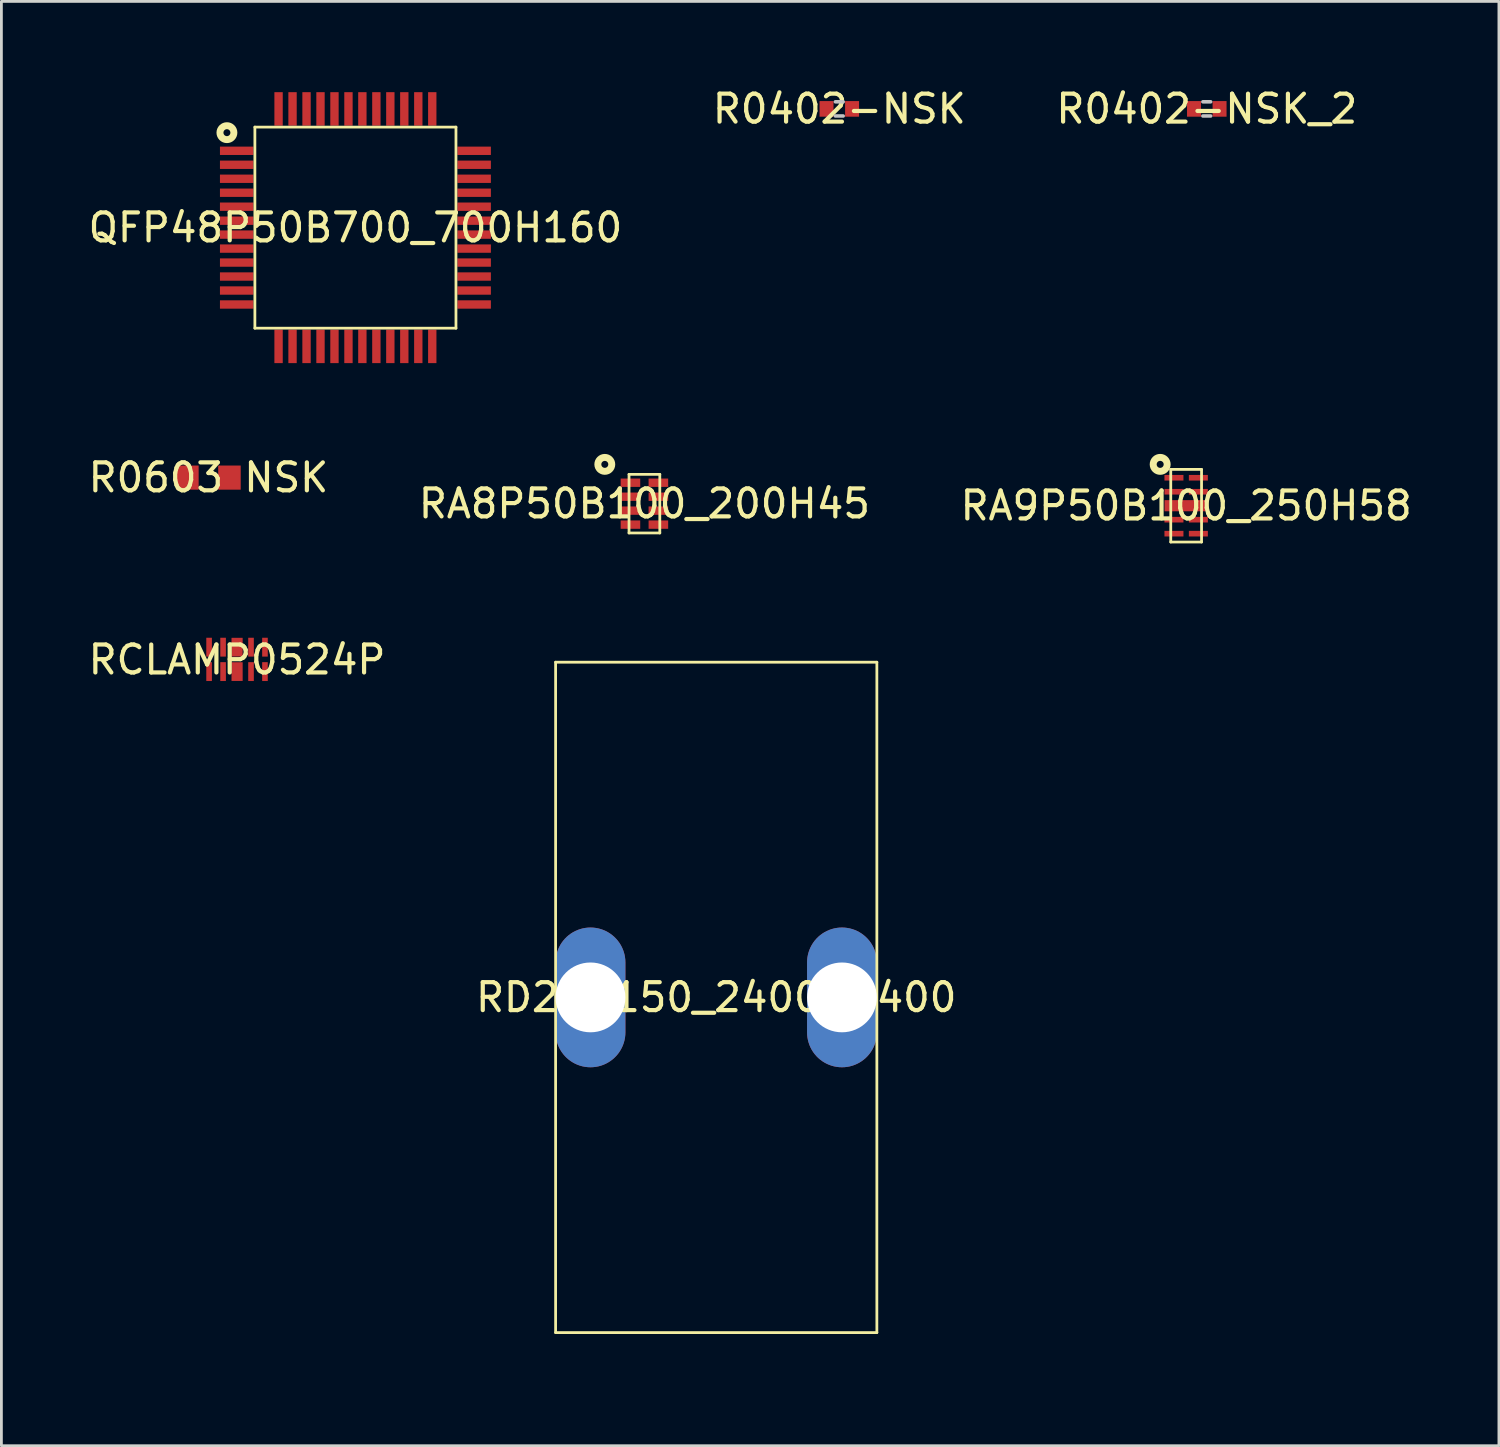
<source format=kicad_pcb>
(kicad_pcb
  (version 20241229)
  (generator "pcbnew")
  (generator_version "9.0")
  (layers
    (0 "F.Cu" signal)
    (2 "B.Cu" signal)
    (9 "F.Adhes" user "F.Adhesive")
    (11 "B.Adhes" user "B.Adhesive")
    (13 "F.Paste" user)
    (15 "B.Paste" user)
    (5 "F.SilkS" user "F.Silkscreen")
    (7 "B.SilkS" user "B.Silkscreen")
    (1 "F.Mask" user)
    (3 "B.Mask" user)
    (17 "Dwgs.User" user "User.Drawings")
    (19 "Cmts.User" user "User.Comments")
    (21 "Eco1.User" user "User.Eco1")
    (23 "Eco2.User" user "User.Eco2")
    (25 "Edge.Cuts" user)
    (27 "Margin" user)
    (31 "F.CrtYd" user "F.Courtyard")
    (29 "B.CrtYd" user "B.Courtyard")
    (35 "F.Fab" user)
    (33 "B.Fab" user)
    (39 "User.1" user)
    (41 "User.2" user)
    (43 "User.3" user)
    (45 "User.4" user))
  (footprint "R0402-NSK"
    (layer "F.Cu")
    (at 26.994 0.848)
    (property "Reference" "R0402-NSK" (at 0 0 0) (layer "F.SilkS") (effects (font (size 1 1) (thickness 0.15))))
    (fp_line (start -0.14 -0.254) (end 0.14 -0.254) (stroke (width 0.127) (type default)) (layer "Dwgs.User"))
    (fp_line (start -0.14 0.254) (end 0.14 0.254) (stroke (width 0.127) (type default)) (layer "Dwgs.User"))
    (pad "1" smd rect (at -0.457 0) (size 0.5 0.559) (layers "F.Cu" "F.Mask" "F.Paste"))
    (pad "2" smd rect (at 0.458 0) (size 0.5 0.559) (layers "F.Cu" "F.Mask" "F.Paste")))
  (footprint "RD2B1150_2400H2400"
    (layer "F.Cu")
    (at 22.589 32.654)
    (property "Reference" "RD2B1150_2400H2400" (at 0 0 0) (layer "F.SilkS") (effects (font (size 1 1) (thickness 0.15))))
    (fp_line (start -5.75 -11.999) (end 5.75 -11.999) (stroke (width 0.099) (type default)) (layer "F.SilkS"))
    (fp_line (start -5.75 11.999) (end -5.75 -11.999) (stroke (width 0.099) (type default)) (layer "F.SilkS"))
    (fp_line (start -5.75 11.999) (end 5.75 11.999) (stroke (width 0.099) (type default)) (layer "F.SilkS"))
    (fp_line (start 5.75 11.999) (end 5.75 -11.999) (stroke (width 0.099) (type default)) (layer "F.SilkS"))
    (fp_line (start -6.749 -12.999) (end 6.749 -12.999) (stroke (width 0.025) (type default)) (layer "User.1"))
    (fp_line (start -6.749 12.999) (end -6.749 -12.999) (stroke (width 0.025) (type default)) (layer "User.1"))
    (fp_line (start -6.749 12.999) (end 6.749 12.999) (stroke (width 0.025) (type default)) (layer "User.1"))
    (fp_line (start 6.749 12.999) (end 6.749 -12.999) (stroke (width 0.025) (type default)) (layer "User.1"))
    (fp_poly (pts (xy -6.749 -3.5) (xy -6.749 3.5) (xy -2.24 3.5) (xy -2.24 -3.5)) (stroke (width 0.1) (type default)) (fill no) (layer "User.1"))
    (fp_poly (pts (xy -6.749 -3.5) (xy -6.749 3.5) (xy -2.24 3.5) (xy -2.24 -3.5)) (stroke (width 0.1) (type default)) (fill no) (layer "User.1"))
    (fp_poly (pts (xy -5.75 -11.999) (xy -5.75 11.999) (xy 5.75 11.999) (xy 5.75 -11.999)) (stroke (width 0.1) (type default)) (fill no) (layer "User.1"))
    (fp_poly (pts (xy -5.75 -11.999) (xy -5.75 11.999) (xy 5.75 11.999) (xy 5.75 -11.999)) (stroke (width 0.1) (type default)) (fill no) (layer "User.1"))
    (fp_poly (pts (xy 2.251 3.5) (xy 2.251 -3.5) (xy 6.749 -3.5) (xy 6.749 3.5)) (stroke (width 0.1) (type default)) (fill no) (layer "User.1"))
    (fp_poly (pts (xy 2.251 3.5) (xy 2.251 -3.5) (xy 6.749 -3.5) (xy 6.749 3.5)) (stroke (width 0.1) (type default)) (fill no) (layer "User.1"))
    (fp_poly (pts (xy -5.7 -12.999) (xy 6.749 -12.999) (xy 6.749 12.999) (xy -6.749 12.999) (xy -6.749 -12.999) (xy -5.75 -12.999) (xy -5.75 11.999) (xy 5.75 11.999) (xy 5.75 -11.999) (xy -5.7 -11.999)) (stroke (width 0.1) (type default)) (fill no) (layer "User.1"))
    (fp_poly (pts (xy -5.7 -12.999) (xy 6.749 -12.999) (xy 6.749 12.999) (xy -6.749 12.999) (xy -6.749 -12.999) (xy -5.75 -12.999) (xy -5.75 11.999) (xy 5.75 11.999) (xy 5.75 -11.999) (xy -5.7 -11.999)) (stroke (width 0.1) (type default)) (fill no) (layer "User.1"))
    (pad "1" thru_hole oval (at -4.501 0) (size 2.499 5.002) (drill oval 2.499) (layers "*.Cu" "*.Mask"))
    (pad "2" thru_hole oval (at 4.501 0) (size 2.499 5.002) (drill oval 2.499) (layers "*.Cu" "*.Mask")))
  (footprint "RA8P50B100_200H45"
    (layer "F.Cu")
    (at 20.018 14.98)
    (property "Reference" "RA8P50B100_200H45" (at 0 0 0) (layer "F.SilkS") (effects (font (size 1 1) (thickness 0.15))))
    (fp_line (start -0.551 -1.049) (end 0.551 -1.049) (stroke (width 0.099) (type default)) (layer "F.SilkS"))
    (fp_line (start -0.551 1.049) (end -0.551 -1.049) (stroke (width 0.099) (type default)) (layer "F.SilkS"))
    (fp_line (start -0.551 1.049) (end 0.551 1.049) (stroke (width 0.099) (type default)) (layer "F.SilkS"))
    (fp_line (start 0.551 1.049) (end 0.551 -1.049) (stroke (width 0.099) (type default)) (layer "F.SilkS"))
    (fp_circle (center -1.418 -1.407) (end -1.169 -1.407) (stroke (width 0.249) (type default)) (fill no) (layer "F.SilkS"))
    (fp_line (start -1.1 -1.3) (end 1.1 -1.3) (stroke (width 0.025) (type default)) (layer "User.1"))
    (fp_line (start -1.1 1.3) (end -1.1 -1.3) (stroke (width 0.025) (type default)) (layer "User.1"))
    (fp_line (start -1.1 1.3) (end 1.1 1.3) (stroke (width 0.025) (type default)) (layer "User.1"))
    (fp_line (start 1.1 1.3) (end 1.1 -1.3) (stroke (width 0.025) (type default)) (layer "User.1"))
    (fp_poly (pts (xy -0.551 -1.049) (xy -0.551 1.052) (xy 0.548 1.052) (xy 0.548 -1.049)) (stroke (width 0.1) (type default)) (fill no) (layer "User.1"))
    (fp_poly (pts (xy -0.551 -1.049) (xy -0.551 1.052) (xy 0.548 1.052) (xy 0.548 -1.049)) (stroke (width 0.1) (type default)) (fill no) (layer "User.1"))
    (fp_poly (pts (xy -1.1 -1.3) (xy -1.1 -1.069) (xy 0.559 -1.069) (xy 0.559 1.059) (xy -0.569 1.059) (xy -0.569 -1.049) (xy -1.1 -1.049) (xy -1.1 1.3) (xy 1.1 1.3) (xy 1.1 -1.3)) (stroke (width 0.1) (type default)) (fill no) (layer "User.1"))
    (fp_poly (pts (xy -1.1 -1.3) (xy -1.1 -1.069) (xy 0.559 -1.069) (xy 0.559 1.059) (xy -0.569 1.059) (xy -0.569 -1.049) (xy -1.1 -1.049) (xy -1.1 1.3) (xy 1.1 1.3) (xy 1.1 -1.3)) (stroke (width 0.1) (type default)) (fill no) (layer "User.1"))
    (pad "1" smd rect (at -0.5 -0.75) (size 0.701 0.299) (layers "F.Cu" "F.Mask" "F.Paste"))
    (pad "2" smd rect (at -0.5 -0.249) (size 0.701 0.299) (layers "F.Cu" "F.Mask" "F.Paste"))
    (pad "3" smd rect (at -0.5 0.249) (size 0.701 0.299) (layers "F.Cu" "F.Mask" "F.Paste"))
    (pad "4" smd rect (at -0.5 0.75) (size 0.701 0.299) (layers "F.Cu" "F.Mask" "F.Paste"))
    (pad "5" smd rect (at 0.5 0.75) (size 0.701 0.299) (layers "F.Cu" "F.Mask" "F.Paste"))
    (pad "6" smd rect (at 0.5 0.249) (size 0.701 0.299) (layers "F.Cu" "F.Mask" "F.Paste"))
    (pad "7" smd rect (at 0.5 -0.249) (size 0.701 0.299) (layers "F.Cu" "F.Mask" "F.Paste"))
    (pad "8" smd rect (at 0.5 -0.75) (size 0.701 0.299) (layers "F.Cu" "F.Mask" "F.Paste")))
  (footprint "QFP48P50B700_700H160"
    (layer "F.Cu")
    (at 9.673 5.099)
    (property "Reference" "QFP48P50B700_700H160" (at 0 0 0) (layer "F.SilkS") (effects (font (size 1 1) (thickness 0.15))))
    (fp_line (start -3.599 3.599) (end -3.599 -3.599) (stroke (width 0.099) (type default)) (layer "F.SilkS"))
    (fp_line (start 3.599 -3.599) (end -3.599 -3.599) (stroke (width 0.099) (type default)) (layer "F.SilkS"))
    (fp_line (start 3.599 3.599) (end -3.599 3.599) (stroke (width 0.099) (type default)) (layer "F.SilkS"))
    (fp_line (start 3.599 3.599) (end 3.599 -3.599) (stroke (width 0.099) (type default)) (layer "F.SilkS"))
    (fp_circle (center -4.6 -3.4) (end -4.351 -3.4) (stroke (width 0.249) (type default)) (fill no) (layer "F.SilkS"))
    (fp_line (start -5.05 5.05) (end -5.05 -5.05) (stroke (width 0.025) (type default)) (layer "User.1"))
    (fp_line (start 5.05 -5.05) (end -5.05 -5.05) (stroke (width 0.025) (type default)) (layer "User.1"))
    (fp_line (start 5.05 5.05) (end -5.05 5.05) (stroke (width 0.025) (type default)) (layer "User.1"))
    (fp_line (start 5.05 5.05) (end 5.05 -5.05) (stroke (width 0.025) (type default)) (layer "User.1"))
    (fp_poly (pts (xy 3.599 3.599) (xy 3.599 -3.599) (xy -3.599 -3.599) (xy -3.599 3.599)) (stroke (width 0.1) (type default)) (fill no) (layer "User.1"))
    (fp_poly (pts (xy 3.599 3.599) (xy 3.599 -3.599) (xy -3.599 -3.599) (xy -3.599 3.599)) (stroke (width 0.1) (type default)) (fill no) (layer "User.1"))
    (fp_poly (pts (xy -5.05 -5.05) (xy 5.05 -5.05) (xy 5.05 5.05) (xy 3.599 5.05) (xy 3.599 -3.599) (xy -3.599 -3.599) (xy -3.599 3.599) (xy 3.5 3.599) (xy 3.5 5.05) (xy -5.05 5.05)) (stroke (width 0.1) (type default)) (fill no) (layer "User.1"))
    (fp_poly (pts (xy -5.05 -5.05) (xy 5.05 -5.05) (xy 5.05 5.05) (xy 3.599 5.05) (xy 3.599 -3.599) (xy -3.599 -3.599) (xy -3.599 3.599) (xy 3.5 3.599) (xy 3.5 5.05) (xy -5.05 5.05)) (stroke (width 0.1) (type default)) (fill no) (layer "User.1"))
    (pad "1" smd rect (at -4.25 -2.751 90) (size 0.299 1.199) (layers "F.Cu" "F.Mask" "F.Paste"))
    (pad "2" smd rect (at -4.25 -2.251 90) (size 0.299 1.199) (layers "F.Cu" "F.Mask" "F.Paste"))
    (pad "3" smd rect (at -4.25 -1.75 90) (size 0.299 1.199) (layers "F.Cu" "F.Mask" "F.Paste"))
    (pad "4" smd rect (at -4.25 -1.25 90) (size 0.299 1.199) (layers "F.Cu" "F.Mask" "F.Paste"))
    (pad "5" smd rect (at -4.25 -0.75 90) (size 0.299 1.199) (layers "F.Cu" "F.Mask" "F.Paste"))
    (pad "6" smd rect (at -4.25 -0.249 90) (size 0.299 1.199) (layers "F.Cu" "F.Mask" "F.Paste"))
    (pad "7" smd rect (at -4.25 0.249 90) (size 0.299 1.199) (layers "F.Cu" "F.Mask" "F.Paste"))
    (pad "8" smd rect (at -4.25 0.75 90) (size 0.299 1.199) (layers "F.Cu" "F.Mask" "F.Paste"))
    (pad "9" smd rect (at -4.25 1.25 90) (size 0.299 1.199) (layers "F.Cu" "F.Mask" "F.Paste"))
    (pad "10" smd rect (at -4.25 1.75 90) (size 0.299 1.199) (layers "F.Cu" "F.Mask" "F.Paste"))
    (pad "11" smd rect (at -4.25 2.251 90) (size 0.299 1.199) (layers "F.Cu" "F.Mask" "F.Paste"))
    (pad "12" smd rect (at -4.25 2.751 90) (size 0.299 1.199) (layers "F.Cu" "F.Mask" "F.Paste"))
    (pad "13" smd rect (at -2.751 4.25 90) (size 1.199 0.299) (layers "F.Cu" "F.Mask" "F.Paste"))
    (pad "14" smd rect (at -2.251 4.25 90) (size 1.199 0.299) (layers "F.Cu" "F.Mask" "F.Paste"))
    (pad "15" smd rect (at -1.75 4.25 90) (size 1.199 0.299) (layers "F.Cu" "F.Mask" "F.Paste"))
    (pad "16" smd rect (at -1.25 4.25 90) (size 1.199 0.299) (layers "F.Cu" "F.Mask" "F.Paste"))
    (pad "17" smd rect (at -0.75 4.25 90) (size 1.199 0.299) (layers "F.Cu" "F.Mask" "F.Paste"))
    (pad "18" smd rect (at -0.249 4.25 90) (size 1.199 0.299) (layers "F.Cu" "F.Mask" "F.Paste"))
    (pad "19" smd rect (at 0.249 4.25 90) (size 1.199 0.299) (layers "F.Cu" "F.Mask" "F.Paste"))
    (pad "20" smd rect (at 0.75 4.25 90) (size 1.199 0.299) (layers "F.Cu" "F.Mask" "F.Paste"))
    (pad "21" smd rect (at 1.25 4.25 90) (size 1.199 0.299) (layers "F.Cu" "F.Mask" "F.Paste"))
    (pad "22" smd rect (at 1.75 4.25 90) (size 1.199 0.299) (layers "F.Cu" "F.Mask" "F.Paste"))
    (pad "23" smd rect (at 2.251 4.25 90) (size 1.199 0.299) (layers "F.Cu" "F.Mask" "F.Paste"))
    (pad "24" smd rect (at 2.751 4.25 90) (size 1.199 0.299) (layers "F.Cu" "F.Mask" "F.Paste"))
    (pad "25" smd rect (at 4.25 2.751 90) (size 0.299 1.199) (layers "F.Cu" "F.Mask" "F.Paste"))
    (pad "26" smd rect (at 4.25 2.251 90) (size 0.299 1.199) (layers "F.Cu" "F.Mask" "F.Paste"))
    (pad "27" smd rect (at 4.25 1.75 90) (size 0.299 1.199) (layers "F.Cu" "F.Mask" "F.Paste"))
    (pad "28" smd rect (at 4.25 1.25 90) (size 0.299 1.199) (layers "F.Cu" "F.Mask" "F.Paste"))
    (pad "29" smd rect (at 4.25 0.75 90) (size 0.299 1.199) (layers "F.Cu" "F.Mask" "F.Paste"))
    (pad "30" smd rect (at 4.25 0.249 90) (size 0.299 1.199) (layers "F.Cu" "F.Mask" "F.Paste"))
    (pad "31" smd rect (at 4.25 -0.249 90) (size 0.299 1.199) (layers "F.Cu" "F.Mask" "F.Paste"))
    (pad "32" smd rect (at 4.25 -0.75 90) (size 0.299 1.199) (layers "F.Cu" "F.Mask" "F.Paste"))
    (pad "33" smd rect (at 4.25 -1.25 90) (size 0.299 1.199) (layers "F.Cu" "F.Mask" "F.Paste"))
    (pad "34" smd rect (at 4.25 -1.75 90) (size 0.299 1.199) (layers "F.Cu" "F.Mask" "F.Paste"))
    (pad "35" smd rect (at 4.25 -2.251 90) (size 0.299 1.199) (layers "F.Cu" "F.Mask" "F.Paste"))
    (pad "36" smd rect (at 4.25 -2.751 90) (size 0.299 1.199) (layers "F.Cu" "F.Mask" "F.Paste"))
    (pad "37" smd rect (at 2.751 -4.25 90) (size 1.199 0.299) (layers "F.Cu" "F.Mask" "F.Paste"))
    (pad "38" smd rect (at 2.251 -4.25 90) (size 1.199 0.299) (layers "F.Cu" "F.Mask" "F.Paste"))
    (pad "39" smd rect (at 1.75 -4.25 90) (size 1.199 0.299) (layers "F.Cu" "F.Mask" "F.Paste"))
    (pad "40" smd rect (at 1.25 -4.25 90) (size 1.199 0.299) (layers "F.Cu" "F.Mask" "F.Paste"))
    (pad "41" smd rect (at 0.75 -4.25 90) (size 1.199 0.299) (layers "F.Cu" "F.Mask" "F.Paste"))
    (pad "42" smd rect (at 0.249 -4.25 90) (size 1.199 0.299) (layers "F.Cu" "F.Mask" "F.Paste"))
    (pad "43" smd rect (at -0.249 -4.25 90) (size 1.199 0.299) (layers "F.Cu" "F.Mask" "F.Paste"))
    (pad "44" smd rect (at -0.75 -4.25 90) (size 1.199 0.299) (layers "F.Cu" "F.Mask" "F.Paste"))
    (pad "45" smd rect (at -1.25 -4.25 90) (size 1.199 0.299) (layers "F.Cu" "F.Mask" "F.Paste"))
    (pad "46" smd rect (at -1.75 -4.25 90) (size 1.199 0.299) (layers "F.Cu" "F.Mask" "F.Paste"))
    (pad "47" smd rect (at -2.251 -4.25 90) (size 1.199 0.299) (layers "F.Cu" "F.Mask" "F.Paste"))
    (pad "48" smd rect (at -2.751 -4.25 90) (size 1.199 0.299) (layers "F.Cu" "F.Mask" "F.Paste")))
  (footprint "R0603 NSK"
    (layer "F.Cu")
    (at 4.411 14.047)
    (property "Reference" "R0603 NSK" (at 0 0 0) (layer "F.SilkS") (effects (font (size 1 1) (thickness 0.15))))
    (fp_poly (pts (xy -0.355 -0.4) (xy -0.355 -0.172) (xy -0.735 -0.172) (xy -0.735 0.158) (xy -0.355 0.158) (xy -0.355 0.4) (xy -0.405 0.45) (xy -1.195 0.45) (xy -1.245 0.4) (xy -1.245 -0.4) (xy -1.195 -0.45) (xy -0.405 -0.45)) (stroke (width 0) (type default)) (fill yes) (layer "F.Paste"))
    (fp_poly (pts (xy 1.195 -0.45) (xy 0.395 -0.45) (xy 0.345 -0.4) (xy 0.345 -0.172) (xy 0.715 -0.172) (xy 0.715 0.158) (xy 0.345 0.158) (xy 0.345 0.4) (xy 0.395 0.45) (xy 1.195 0.45) (xy 1.245 0.4) (xy 1.245 -0.4)) (stroke (width 0) (type default)) (fill yes) (layer "F.Paste"))
    (fp_poly (pts (xy -0.8 0.4) (xy -0.8 -0.4) (xy -0.5 -0.4) (xy -0.5 0.4)) (stroke (width 0.1) (type default)) (fill no) (layer "User.1"))
    (fp_poly (pts (xy 0.8 0.4) (xy 0.8 -0.4) (xy 0.5 -0.4) (xy 0.5 0.4)) (stroke (width 0.1) (type default)) (fill no) (layer "User.1"))
    (fp_line (start -0.8 -0.4) (end 0.8 -0.4) (stroke (width 0.051) (type default)) (layer "User.2"))
    (fp_line (start -0.8 0.4) (end -0.8 -0.4) (stroke (width 0.051) (type default)) (layer "User.2"))
    (fp_line (start 0.8 -0.4) (end 0.8 0.4) (stroke (width 0.051) (type default)) (layer "User.2"))
    (fp_line (start 0.8 0.4) (end -0.8 0.4) (stroke (width 0.051) (type default)) (layer "User.2"))
    (fp_poly (pts (xy -0.74 0.4) (xy -0.758 0.358) (xy -0.8 0.34) (xy -0.842 0.358) (xy -0.86 0.4) (xy -0.842 0.442) (xy -0.8 0.46) (xy -0.758 0.442)) (stroke (width 0.1) (type default)) (fill no) (layer "User.3"))
    (pad "1" smd rect (at -0.753 0) (size 0.806 0.864) (layers "F.Cu" "F.Mask" "F.Paste"))
    (pad "2" smd rect (at 0.753 0) (size 0.806 0.864) (layers "F.Cu" "F.Mask" "F.Paste")))
  (footprint "RA9P50B100_250H58"
    (layer "F.Cu")
    (at 39.411 15.053)
    (property "Reference" "RA9P50B100_250H58" (at 0 0 0) (layer "F.SilkS") (effects (font (size 1 1) (thickness 0.15))))
    (fp_line (start -0.551 1.3) (end -0.551 -1.3) (stroke (width 0.099) (type default)) (layer "F.SilkS"))
    (fp_line (start 0.551 -1.3) (end -0.551 -1.3) (stroke (width 0.099) (type default)) (layer "F.SilkS"))
    (fp_line (start 0.551 1.3) (end -0.551 1.3) (stroke (width 0.099) (type default)) (layer "F.SilkS"))
    (fp_line (start 0.551 1.3) (end 0.551 -1.3) (stroke (width 0.099) (type default)) (layer "F.SilkS"))
    (fp_circle (center -0.93 -1.48) (end -0.68 -1.48) (stroke (width 0.249) (type default)) (fill no) (layer "F.SilkS"))
    (fp_line (start -0.976 1.501) (end -0.976 -1.501) (stroke (width 0.025) (type default)) (layer "User.1"))
    (fp_line (start 0.976 -1.501) (end -0.976 -1.501) (stroke (width 0.025) (type default)) (layer "User.1"))
    (fp_line (start 0.976 1.501) (end -0.976 1.501) (stroke (width 0.025) (type default)) (layer "User.1"))
    (fp_line (start 0.976 1.501) (end 0.976 -1.501) (stroke (width 0.025) (type default)) (layer "User.1"))
    (fp_poly (pts (xy -0.551 1.3) (xy -0.551 -1.3) (xy 0.551 -1.3) (xy 0.551 1.3)) (stroke (width 0.1) (type default)) (fill no) (layer "User.1"))
    (fp_poly (pts (xy -0.551 1.3) (xy -0.551 -1.3) (xy 0.551 -1.3) (xy 0.551 1.3)) (stroke (width 0.1) (type default)) (fill no) (layer "User.1"))
    (fp_poly (pts (xy -0.976 1.501) (xy -0.976 -1.501) (xy 0.976 -1.501) (xy 0.976 1.501) (xy -0.551 1.501) (xy -0.551 1.31) (xy 0.559 1.31) (xy 0.559 -1.31) (xy -0.559 -1.31) (xy -0.559 1.501)) (stroke (width 0.1) (type default)) (fill no) (layer "User.1"))
    (fp_poly (pts (xy -0.976 1.501) (xy -0.976 -1.501) (xy 0.976 -1.501) (xy 0.976 1.501) (xy -0.551 1.501) (xy -0.551 1.31) (xy 0.559 1.31) (xy 0.559 -1.31) (xy -0.559 -1.31) (xy -0.559 1.501)) (stroke (width 0.1) (type default)) (fill no) (layer "User.1"))
    (pad "1" smd rect (at -0.437 -1.001 90) (size 0.201 0.68) (layers "F.Cu" "F.Mask" "F.Paste"))
    (pad "2" smd rect (at -0.437 -0.5 90) (size 0.201 0.68) (layers "F.Cu" "F.Mask" "F.Paste"))
    (pad "3" smd rect (at 0 0 90) (size 0.399 1.55) (layers "F.Cu" "F.Mask" "F.Paste"))
    (pad "4" smd rect (at -0.437 0.5 90) (size 0.201 0.68) (layers "F.Cu" "F.Mask" "F.Paste"))
    (pad "5" smd rect (at -0.437 1.001 90) (size 0.201 0.68) (layers "F.Cu" "F.Mask" "F.Paste"))
    (pad "6" smd rect (at 0.437 1.001 90) (size 0.201 0.68) (layers "F.Cu" "F.Mask" "F.Paste"))
    (pad "7" smd rect (at 0.437 0.5 90) (size 0.201 0.68) (layers "F.Cu" "F.Mask" "F.Paste"))
    (pad "9" smd rect (at 0.437 -0.5 90) (size 0.201 0.68) (layers "F.Cu" "F.Mask" "F.Paste"))
    (pad "10" smd rect (at 0.437 -1.001 90) (size 0.201 0.68) (layers "F.Cu" "F.Mask" "F.Paste")))
  (footprint "R0402-NSK_2"
    (layer "F.Cu")
    (at 40.149 0.848)
    (property "Reference" "R0402-NSK_2" (at 0 0 0) (layer "F.SilkS") (effects (font (size 1 1) (thickness 0.15))))
    (fp_line (start -0.14 -0.254) (end 0.14 -0.254) (stroke (width 0.127) (type default)) (layer "Dwgs.User"))
    (fp_line (start -0.14 0.254) (end 0.14 0.254) (stroke (width 0.127) (type default)) (layer "Dwgs.User"))
    (pad "1" smd rect (at -0.457 0) (size 0.5 0.559) (layers "F.Cu" "F.Mask" "F.Paste"))
    (pad "2" smd rect (at 0.458 0) (size 0.5 0.559) (layers "F.Cu" "F.Mask" "F.Paste")))
  (footprint "RCLAMP0524P"
    (layer "F.Cu")
    (at 5.435 20.567)
    (property "Reference" "RCLAMP0524P" (at 0 0 0) (layer "F.SilkS") (effects (font (size 1 1) (thickness 0.15))))
    (fp_line (start -1.5 -0.95) (end 1.5 -0.95) (stroke (width 0.025) (type default)) (layer "User.1"))
    (fp_line (start -1.5 -0.95) (end 1.5 -0.95) (stroke (width 0.025) (type default)) (layer "User.1"))
    (fp_line (start -1.5 0.95) (end -1.5 -0.95) (stroke (width 0.025) (type default)) (layer "User.1"))
    (fp_line (start -1.5 0.95) (end -1.5 -0.95) (stroke (width 0.025) (type default)) (layer "User.1"))
    (fp_line (start -1.5 0.95) (end 1.5 0.95) (stroke (width 0.025) (type default)) (layer "User.1"))
    (fp_line (start -1.5 0.95) (end 1.5 0.95) (stroke (width 0.025) (type default)) (layer "User.1"))
    (fp_line (start 1.5 0.95) (end 1.5 -0.95) (stroke (width 0.025) (type default)) (layer "User.1"))
    (fp_line (start 1.5 0.95) (end 1.5 -0.95) (stroke (width 0.025) (type default)) (layer "User.1"))
    (fp_circle (center -1 1.31) (end -0.9 1.31) (stroke (width 0.201) (type default)) (fill no) (layer "User.1"))
    (pad "1" smd rect (at -1 0.424) (size 0.201 0.675) (layers "F.Cu" "F.Mask" "F.Paste"))
    (pad "2" smd rect (at -0.499 0.424) (size 0.201 0.675) (layers "F.Cu" "F.Mask" "F.Paste"))
    (pad "3" smd rect (at 0.002 0.424) (size 0.399 0.67) (layers "F.Cu" "F.Mask" "F.Paste"))
    (pad "4" smd rect (at 0.501 0.424) (size 0.201 0.675) (layers "F.Cu" "F.Mask" "F.Paste"))
    (pad "5" smd rect (at 1 0.424) (size 0.201 0.675) (layers "F.Cu" "F.Mask" "F.Paste"))
    (pad "6" smd rect (at 1 -0.45) (size 0.201 0.675) (layers "F.Cu" "F.Mask" "F.Paste"))
    (pad "7" smd rect (at 0.501 -0.45) (size 0.201 0.675) (layers "F.Cu" "F.Mask" "F.Paste"))
    (pad "8" smd rect (at 0.002 -0.45) (size 0.399 0.67) (layers "F.Cu" "F.Mask" "F.Paste"))
    (pad "9" smd rect (at -0.499 -0.45) (size 0.201 0.675) (layers "F.Cu" "F.Mask" "F.Paste"))
    (pad "10" smd rect (at -1 -0.45) (size 0.201 0.675) (layers "F.Cu" "F.Mask" "F.Paste")))
  (gr_rect
    (start -3 -3)
    (end 50.607 48.703)
    (stroke (width 0.1) (type default))
    (fill no)
    (layer "Edge.Cuts")))
</source>
